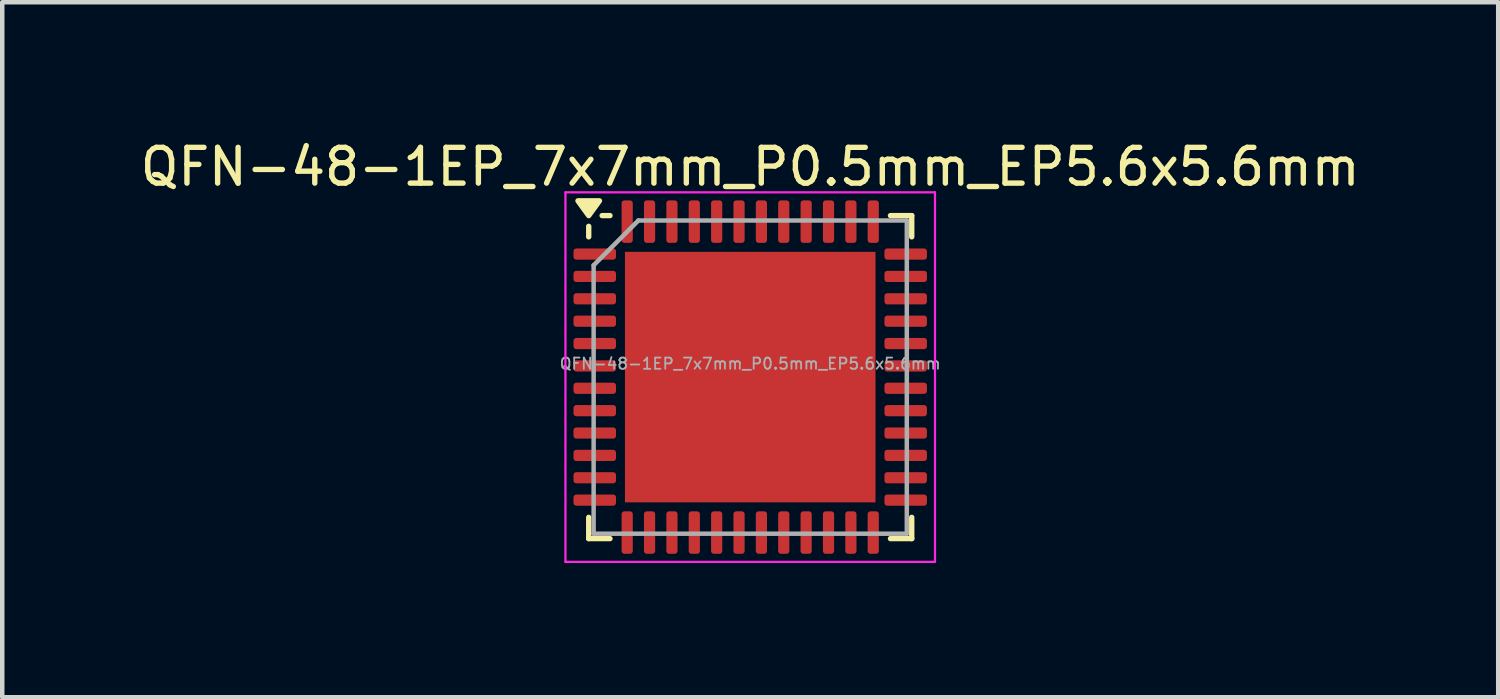
<source format=kicad_pcb>
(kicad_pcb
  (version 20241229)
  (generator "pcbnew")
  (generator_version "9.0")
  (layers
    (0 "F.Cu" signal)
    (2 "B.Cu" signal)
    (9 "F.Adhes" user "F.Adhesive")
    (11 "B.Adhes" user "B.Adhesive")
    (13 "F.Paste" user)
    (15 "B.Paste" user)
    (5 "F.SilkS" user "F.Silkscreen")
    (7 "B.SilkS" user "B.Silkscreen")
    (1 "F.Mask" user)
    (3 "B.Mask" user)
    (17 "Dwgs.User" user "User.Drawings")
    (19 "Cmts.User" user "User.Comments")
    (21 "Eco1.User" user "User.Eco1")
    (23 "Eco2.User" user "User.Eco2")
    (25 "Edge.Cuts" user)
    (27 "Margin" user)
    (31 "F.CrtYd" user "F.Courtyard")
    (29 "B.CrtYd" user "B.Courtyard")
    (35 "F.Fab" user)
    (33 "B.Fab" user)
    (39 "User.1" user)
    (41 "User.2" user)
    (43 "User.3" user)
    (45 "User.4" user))
  (footprint "QFN-48-1EP_7x7mm_P0.5mm_EP5.6x5.6mm"
    (layer "F.Cu")
    (at 13.719 5.379)
    (property "Reference" "QFN-48-1EP_7x7mm_P0.5mm_EP5.6x5.6mm" (at 0 -4.7 0) (layer "F.SilkS") (effects (font (size 0.8 0.8) (thickness 0.12))))
    (attr smd)
    (fp_line (start -3.61 -3.135) (end -3.61 -3.37) (stroke (width 0.12) (type solid)) (layer "F.SilkS"))
    (fp_line (start -3.61 3.61) (end -3.61 3.135) (stroke (width 0.12) (type solid)) (layer "F.SilkS"))
    (fp_line (start -3.135 -3.61) (end -3.31 -3.61) (stroke (width 0.12) (type solid)) (layer "F.SilkS"))
    (fp_line (start -3.135 3.61) (end -3.61 3.61) (stroke (width 0.12) (type solid)) (layer "F.SilkS"))
    (fp_line (start 3.135 -3.61) (end 3.61 -3.61) (stroke (width 0.12) (type solid)) (layer "F.SilkS"))
    (fp_line (start 3.135 3.61) (end 3.61 3.61) (stroke (width 0.12) (type solid)) (layer "F.SilkS"))
    (fp_line (start 3.61 -3.61) (end 3.61 -3.135) (stroke (width 0.12) (type solid)) (layer "F.SilkS"))
    (fp_line (start 3.61 3.61) (end 3.61 3.135) (stroke (width 0.12) (type solid)) (layer "F.SilkS"))
    (fp_poly (pts (xy -3.61 -3.61) (xy -3.85 -3.94) (xy -3.37 -3.94) (xy -3.61 -3.61)) (stroke (width 0.12) (type solid)) (fill yes) (layer "F.SilkS"))
    (fp_line (start -4.13 -4.13) (end -4.13 4.13) (stroke (width 0.05) (type solid)) (layer "F.CrtYd"))
    (fp_line (start -4.13 4.13) (end 4.13 4.13) (stroke (width 0.05) (type solid)) (layer "F.CrtYd"))
    (fp_line (start 4.13 -4.13) (end -4.13 -4.13) (stroke (width 0.05) (type solid)) (layer "F.CrtYd"))
    (fp_line (start 4.13 4.13) (end 4.13 -4.13) (stroke (width 0.05) (type solid)) (layer "F.CrtYd"))
    (fp_line (start -3.5 -2.5) (end -2.5 -3.5) (stroke (width 0.1) (type solid)) (layer "F.Fab"))
    (fp_line (start -3.5 3.5) (end -3.5 -2.5) (stroke (width 0.1) (type solid)) (layer "F.Fab"))
    (fp_line (start -2.5 -3.5) (end 3.5 -3.5) (stroke (width 0.1) (type solid)) (layer "F.Fab"))
    (fp_line (start 3.5 -3.5) (end 3.5 3.5) (stroke (width 0.1) (type solid)) (layer "F.Fab"))
    (fp_line (start 3.5 3.5) (end -3.5 3.5) (stroke (width 0.1) (type solid)) (layer "F.Fab"))
    (fp_text user "${REFERENCE}" (at 0 -0.3 0) (layer "F.Fab") (effects (font (size 0.25 0.25) (thickness 0.04))))
    (pad "" smd roundrect (at -2.1 -2.1) (size 1.13 1.13) (layers "F.Paste") (roundrect_rratio 0.221))
    (pad "" smd roundrect (at -2.1 -0.7) (size 1.13 1.13) (layers "F.Paste") (roundrect_rratio 0.221))
    (pad "" smd roundrect (at -2.1 0.7) (size 1.13 1.13) (layers "F.Paste") (roundrect_rratio 0.221))
    (pad "" smd roundrect (at -2.1 2.1) (size 1.13 1.13) (layers "F.Paste") (roundrect_rratio 0.221))
    (pad "" smd roundrect (at -0.7 -2.1) (size 1.13 1.13) (layers "F.Paste") (roundrect_rratio 0.221))
    (pad "" smd roundrect (at -0.7 -0.7) (size 1.13 1.13) (layers "F.Paste") (roundrect_rratio 0.221))
    (pad "" smd roundrect (at -0.7 0.7) (size 1.13 1.13) (layers "F.Paste") (roundrect_rratio 0.221))
    (pad "" smd roundrect (at -0.7 2.1) (size 1.13 1.13) (layers "F.Paste") (roundrect_rratio 0.221))
    (pad "" smd roundrect (at 0.7 -2.1) (size 1.13 1.13) (layers "F.Paste") (roundrect_rratio 0.221))
    (pad "" smd roundrect (at 0.7 -0.7) (size 1.13 1.13) (layers "F.Paste") (roundrect_rratio 0.221))
    (pad "" smd roundrect (at 0.7 0.7) (size 1.13 1.13) (layers "F.Paste") (roundrect_rratio 0.221))
    (pad "" smd roundrect (at 0.7 2.1) (size 1.13 1.13) (layers "F.Paste") (roundrect_rratio 0.221))
    (pad "" smd roundrect (at 2.1 -2.1) (size 1.13 1.13) (layers "F.Paste") (roundrect_rratio 0.221))
    (pad "" smd roundrect (at 2.1 -0.7) (size 1.13 1.13) (layers "F.Paste") (roundrect_rratio 0.221))
    (pad "" smd roundrect (at 2.1 0.7) (size 1.13 1.13) (layers "F.Paste") (roundrect_rratio 0.221))
    (pad "" smd roundrect (at 2.1 2.1) (size 1.13 1.13) (layers "F.Paste") (roundrect_rratio 0.221))
    (pad "1" smd roundrect (at -3.475 -2.75) (size 0.95 0.25) (layers "F.Cu" "F.Mask" "F.Paste") (roundrect_rratio 0.25))
    (pad "2" smd roundrect (at -3.475 -2.25) (size 0.95 0.25) (layers "F.Cu" "F.Mask" "F.Paste") (roundrect_rratio 0.25))
    (pad "3" smd roundrect (at -3.475 -1.75) (size 0.95 0.25) (layers "F.Cu" "F.Mask" "F.Paste") (roundrect_rratio 0.25))
    (pad "4" smd roundrect (at -3.475 -1.25) (size 0.95 0.25) (layers "F.Cu" "F.Mask" "F.Paste") (roundrect_rratio 0.25))
    (pad "5" smd roundrect (at -3.475 -0.75) (size 0.95 0.25) (layers "F.Cu" "F.Mask" "F.Paste") (roundrect_rratio 0.25))
    (pad "6" smd roundrect (at -3.475 -0.25) (size 0.95 0.25) (layers "F.Cu" "F.Mask" "F.Paste") (roundrect_rratio 0.25))
    (pad "7" smd roundrect (at -3.475 0.25) (size 0.95 0.25) (layers "F.Cu" "F.Mask" "F.Paste") (roundrect_rratio 0.25))
    (pad "8" smd roundrect (at -3.475 0.75) (size 0.95 0.25) (layers "F.Cu" "F.Mask" "F.Paste") (roundrect_rratio 0.25))
    (pad "9" smd roundrect (at -3.475 1.25) (size 0.95 0.25) (layers "F.Cu" "F.Mask" "F.Paste") (roundrect_rratio 0.25))
    (pad "10" smd roundrect (at -3.475 1.75) (size 0.95 0.25) (layers "F.Cu" "F.Mask" "F.Paste") (roundrect_rratio 0.25))
    (pad "11" smd roundrect (at -3.475 2.25) (size 0.95 0.25) (layers "F.Cu" "F.Mask" "F.Paste") (roundrect_rratio 0.25))
    (pad "12" smd roundrect (at -3.475 2.75) (size 0.95 0.25) (layers "F.Cu" "F.Mask" "F.Paste") (roundrect_rratio 0.25))
    (pad "13" smd roundrect (at -2.75 3.475) (size 0.25 0.95) (layers "F.Cu" "F.Mask" "F.Paste") (roundrect_rratio 0.25))
    (pad "14" smd roundrect (at -2.25 3.475) (size 0.25 0.95) (layers "F.Cu" "F.Mask" "F.Paste") (roundrect_rratio 0.25))
    (pad "15" smd roundrect (at -1.75 3.475) (size 0.25 0.95) (layers "F.Cu" "F.Mask" "F.Paste") (roundrect_rratio 0.25))
    (pad "16" smd roundrect (at -1.25 3.475) (size 0.25 0.95) (layers "F.Cu" "F.Mask" "F.Paste") (roundrect_rratio 0.25))
    (pad "17" smd roundrect (at -0.75 3.475) (size 0.25 0.95) (layers "F.Cu" "F.Mask" "F.Paste") (roundrect_rratio 0.25))
    (pad "18" smd roundrect (at -0.25 3.475) (size 0.25 0.95) (layers "F.Cu" "F.Mask" "F.Paste") (roundrect_rratio 0.25))
    (pad "19" smd roundrect (at 0.25 3.475) (size 0.25 0.95) (layers "F.Cu" "F.Mask" "F.Paste") (roundrect_rratio 0.25))
    (pad "20" smd roundrect (at 0.75 3.475) (size 0.25 0.95) (layers "F.Cu" "F.Mask" "F.Paste") (roundrect_rratio 0.25))
    (pad "21" smd roundrect (at 1.25 3.475) (size 0.25 0.95) (layers "F.Cu" "F.Mask" "F.Paste") (roundrect_rratio 0.25))
    (pad "22" smd roundrect (at 1.75 3.475) (size 0.25 0.95) (layers "F.Cu" "F.Mask" "F.Paste") (roundrect_rratio 0.25))
    (pad "23" smd roundrect (at 2.25 3.475) (size 0.25 0.95) (layers "F.Cu" "F.Mask" "F.Paste") (roundrect_rratio 0.25))
    (pad "24" smd roundrect (at 2.75 3.475) (size 0.25 0.95) (layers "F.Cu" "F.Mask" "F.Paste") (roundrect_rratio 0.25))
    (pad "25" smd roundrect (at 3.475 2.75) (size 0.95 0.25) (layers "F.Cu" "F.Mask" "F.Paste") (roundrect_rratio 0.25))
    (pad "26" smd roundrect (at 3.475 2.25) (size 0.95 0.25) (layers "F.Cu" "F.Mask" "F.Paste") (roundrect_rratio 0.25))
    (pad "27" smd roundrect (at 3.475 1.75) (size 0.95 0.25) (layers "F.Cu" "F.Mask" "F.Paste") (roundrect_rratio 0.25))
    (pad "28" smd roundrect (at 3.475 1.25) (size 0.95 0.25) (layers "F.Cu" "F.Mask" "F.Paste") (roundrect_rratio 0.25))
    (pad "29" smd roundrect (at 3.475 0.75) (size 0.95 0.25) (layers "F.Cu" "F.Mask" "F.Paste") (roundrect_rratio 0.25))
    (pad "30" smd roundrect (at 3.475 0.25) (size 0.95 0.25) (layers "F.Cu" "F.Mask" "F.Paste") (roundrect_rratio 0.25))
    (pad "31" smd roundrect (at 3.475 -0.25) (size 0.95 0.25) (layers "F.Cu" "F.Mask" "F.Paste") (roundrect_rratio 0.25))
    (pad "32" smd roundrect (at 3.475 -0.75) (size 0.95 0.25) (layers "F.Cu" "F.Mask" "F.Paste") (roundrect_rratio 0.25))
    (pad "33" smd roundrect (at 3.475 -1.25) (size 0.95 0.25) (layers "F.Cu" "F.Mask" "F.Paste") (roundrect_rratio 0.25))
    (pad "34" smd roundrect (at 3.475 -1.75) (size 0.95 0.25) (layers "F.Cu" "F.Mask" "F.Paste") (roundrect_rratio 0.25))
    (pad "35" smd roundrect (at 3.475 -2.25) (size 0.95 0.25) (layers "F.Cu" "F.Mask" "F.Paste") (roundrect_rratio 0.25))
    (pad "36" smd roundrect (at 3.475 -2.75) (size 0.95 0.25) (layers "F.Cu" "F.Mask" "F.Paste") (roundrect_rratio 0.25))
    (pad "37" smd roundrect (at 2.75 -3.475) (size 0.25 0.95) (layers "F.Cu" "F.Mask" "F.Paste") (roundrect_rratio 0.25))
    (pad "38" smd roundrect (at 2.25 -3.475) (size 0.25 0.95) (layers "F.Cu" "F.Mask" "F.Paste") (roundrect_rratio 0.25))
    (pad "39" smd roundrect (at 1.75 -3.475) (size 0.25 0.95) (layers "F.Cu" "F.Mask" "F.Paste") (roundrect_rratio 0.25))
    (pad "40" smd roundrect (at 1.25 -3.475) (size 0.25 0.95) (layers "F.Cu" "F.Mask" "F.Paste") (roundrect_rratio 0.25))
    (pad "41" smd roundrect (at 0.75 -3.475) (size 0.25 0.95) (layers "F.Cu" "F.Mask" "F.Paste") (roundrect_rratio 0.25))
    (pad "42" smd roundrect (at 0.25 -3.475) (size 0.25 0.95) (layers "F.Cu" "F.Mask" "F.Paste") (roundrect_rratio 0.25))
    (pad "43" smd roundrect (at -0.25 -3.475) (size 0.25 0.95) (layers "F.Cu" "F.Mask" "F.Paste") (roundrect_rratio 0.25))
    (pad "44" smd roundrect (at -0.75 -3.475) (size 0.25 0.95) (layers "F.Cu" "F.Mask" "F.Paste") (roundrect_rratio 0.25))
    (pad "45" smd roundrect (at -1.25 -3.475) (size 0.25 0.95) (layers "F.Cu" "F.Mask" "F.Paste") (roundrect_rratio 0.25))
    (pad "46" smd roundrect (at -1.75 -3.475) (size 0.25 0.95) (layers "F.Cu" "F.Mask" "F.Paste") (roundrect_rratio 0.25))
    (pad "47" smd roundrect (at -2.25 -3.475) (size 0.25 0.95) (layers "F.Cu" "F.Mask" "F.Paste") (roundrect_rratio 0.25))
    (pad "48" smd roundrect (at -2.75 -3.475) (size 0.25 0.95) (layers "F.Cu" "F.Mask" "F.Paste") (roundrect_rratio 0.25))
    (pad "49" smd rect (at 0 0) (size 5.6 5.6) (property pad_prop_heatsink) (layers "F.Cu" "F.Mask")))
  (gr_rect
    (start -3 -3)
    (end 30.438 12.534)
    (stroke (width 0.1) (type default))
    (fill no)
    (layer "Edge.Cuts")))
</source>
